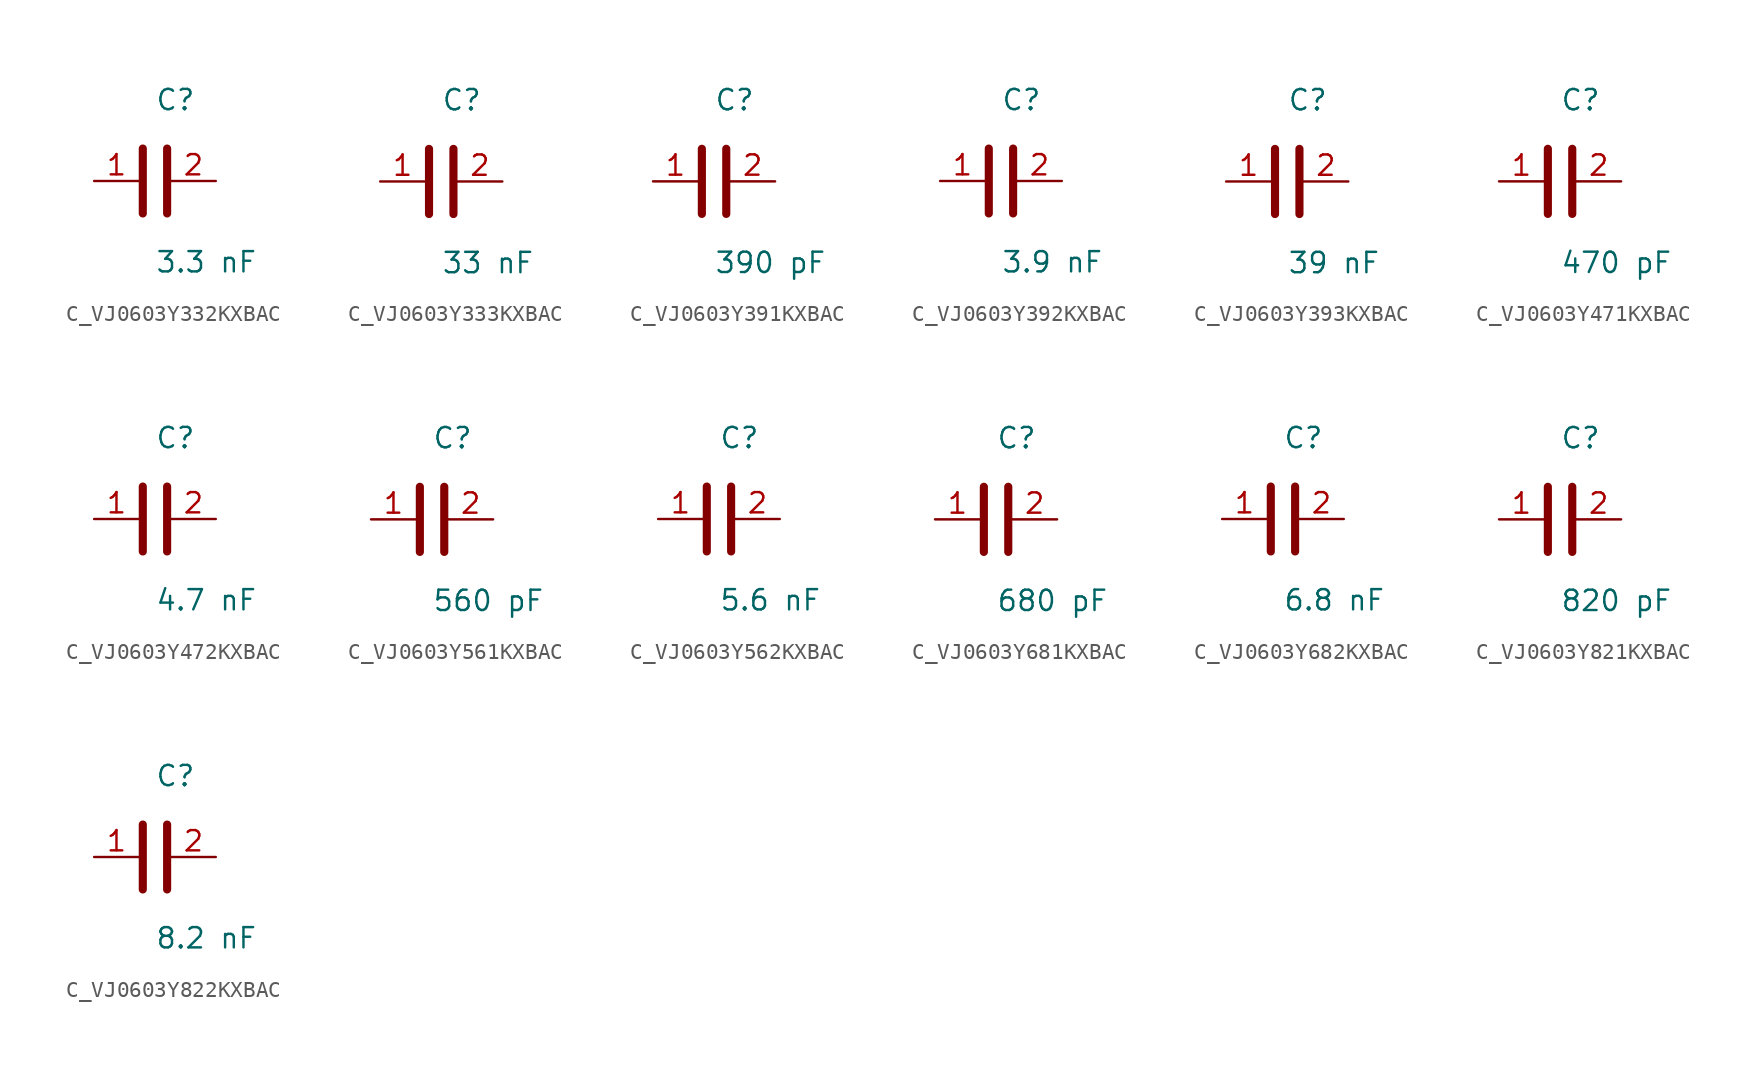
<source format=kicad_sym>
(kicad_symbol_lib
  (version 20231120)
  (generator kicad_symbol_editor)
  (generator_version 8.0)
  (symbol "C_VJ0603Y332KXBAC"
    (pin_names
      (offset 0.254))
    (property "Reference" "C"
      (at 0.0 5.08 0)
      (effects (font (size 1.27 1.27)) (justify left)))
    (property "Value" "3.3 nF"
      (at 0.0 -5.08 0)
      (effects (font (size 1.27 1.27)) (justify left)))
    (symbol "C_VJ0603Y332KXBAC_0_1"
      (polyline (pts (xy -0.762 -2.032) (xy -0.762 2.032)) (stroke (width 0.508) (type default)) (fill (type none)))
      (polyline (pts (xy 0.762 -2.032) (xy 0.762 2.032)) (stroke (width 0.508) (type default)) (fill (type none))))
    (pin unspecified line
      (at -3.81 0 0)
      (length 2.8)
      (name "" (effects (font (size 1.27 1.27))))
      (number "1" (effects (font (size 1.27 1.27)))))
    (pin unspecified line
      (at 3.81 0 180)
      (length 2.8)
      (name "" (effects (font (size 1.27 1.27))))
      (number "2" (effects (font (size 1.27 1.27))))))
  (symbol "C_VJ0603Y333KXBAC"
    (pin_names
      (offset 0.254))
    (property "Reference" "C"
      (at 0.0 5.08 0)
      (effects (font (size 1.27 1.27)) (justify left)))
    (property "Value" "33 nF"
      (at 0.0 -5.08 0)
      (effects (font (size 1.27 1.27)) (justify left)))
    (symbol "C_VJ0603Y333KXBAC_0_1"
      (polyline (pts (xy -0.762 -2.032) (xy -0.762 2.032)) (stroke (width 0.508) (type default)) (fill (type none)))
      (polyline (pts (xy 0.762 -2.032) (xy 0.762 2.032)) (stroke (width 0.508) (type default)) (fill (type none))))
    (pin unspecified line
      (at -3.81 0 0)
      (length 2.8)
      (name "" (effects (font (size 1.27 1.27))))
      (number "1" (effects (font (size 1.27 1.27)))))
    (pin unspecified line
      (at 3.81 0 180)
      (length 2.8)
      (name "" (effects (font (size 1.27 1.27))))
      (number "2" (effects (font (size 1.27 1.27))))))
  (symbol "C_VJ0603Y391KXBAC"
    (pin_names
      (offset 0.254))
    (property "Reference" "C"
      (at 0.0 5.08 0)
      (effects (font (size 1.27 1.27)) (justify left)))
    (property "Value" "390 pF"
      (at 0.0 -5.08 0)
      (effects (font (size 1.27 1.27)) (justify left)))
    (symbol "C_VJ0603Y391KXBAC_0_1"
      (polyline (pts (xy -0.762 -2.032) (xy -0.762 2.032)) (stroke (width 0.508) (type default)) (fill (type none)))
      (polyline (pts (xy 0.762 -2.032) (xy 0.762 2.032)) (stroke (width 0.508) (type default)) (fill (type none))))
    (pin unspecified line
      (at -3.81 0 0)
      (length 2.8)
      (name "" (effects (font (size 1.27 1.27))))
      (number "1" (effects (font (size 1.27 1.27)))))
    (pin unspecified line
      (at 3.81 0 180)
      (length 2.8)
      (name "" (effects (font (size 1.27 1.27))))
      (number "2" (effects (font (size 1.27 1.27))))))
  (symbol "C_VJ0603Y392KXBAC"
    (pin_names
      (offset 0.254))
    (property "Reference" "C"
      (at 0.0 5.08 0)
      (effects (font (size 1.27 1.27)) (justify left)))
    (property "Value" "3.9 nF"
      (at 0.0 -5.08 0)
      (effects (font (size 1.27 1.27)) (justify left)))
    (symbol "C_VJ0603Y392KXBAC_0_1"
      (polyline (pts (xy -0.762 -2.032) (xy -0.762 2.032)) (stroke (width 0.508) (type default)) (fill (type none)))
      (polyline (pts (xy 0.762 -2.032) (xy 0.762 2.032)) (stroke (width 0.508) (type default)) (fill (type none))))
    (pin unspecified line
      (at -3.81 0 0)
      (length 2.8)
      (name "" (effects (font (size 1.27 1.27))))
      (number "1" (effects (font (size 1.27 1.27)))))
    (pin unspecified line
      (at 3.81 0 180)
      (length 2.8)
      (name "" (effects (font (size 1.27 1.27))))
      (number "2" (effects (font (size 1.27 1.27))))))
  (symbol "C_VJ0603Y393KXBAC"
    (pin_names
      (offset 0.254))
    (property "Reference" "C"
      (at 0.0 5.08 0)
      (effects (font (size 1.27 1.27)) (justify left)))
    (property "Value" "39 nF"
      (at 0.0 -5.08 0)
      (effects (font (size 1.27 1.27)) (justify left)))
    (symbol "C_VJ0603Y393KXBAC_0_1"
      (polyline (pts (xy -0.762 -2.032) (xy -0.762 2.032)) (stroke (width 0.508) (type default)) (fill (type none)))
      (polyline (pts (xy 0.762 -2.032) (xy 0.762 2.032)) (stroke (width 0.508) (type default)) (fill (type none))))
    (pin unspecified line
      (at -3.81 0 0)
      (length 2.8)
      (name "" (effects (font (size 1.27 1.27))))
      (number "1" (effects (font (size 1.27 1.27)))))
    (pin unspecified line
      (at 3.81 0 180)
      (length 2.8)
      (name "" (effects (font (size 1.27 1.27))))
      (number "2" (effects (font (size 1.27 1.27))))))
  (symbol "C_VJ0603Y471KXBAC"
    (pin_names
      (offset 0.254))
    (property "Reference" "C"
      (at 0.0 5.08 0)
      (effects (font (size 1.27 1.27)) (justify left)))
    (property "Value" "470 pF"
      (at 0.0 -5.08 0)
      (effects (font (size 1.27 1.27)) (justify left)))
    (symbol "C_VJ0603Y471KXBAC_0_1"
      (polyline (pts (xy -0.762 -2.032) (xy -0.762 2.032)) (stroke (width 0.508) (type default)) (fill (type none)))
      (polyline (pts (xy 0.762 -2.032) (xy 0.762 2.032)) (stroke (width 0.508) (type default)) (fill (type none))))
    (pin unspecified line
      (at -3.81 0 0)
      (length 2.8)
      (name "" (effects (font (size 1.27 1.27))))
      (number "1" (effects (font (size 1.27 1.27)))))
    (pin unspecified line
      (at 3.81 0 180)
      (length 2.8)
      (name "" (effects (font (size 1.27 1.27))))
      (number "2" (effects (font (size 1.27 1.27))))))
  (symbol "C_VJ0603Y472KXBAC"
    (pin_names
      (offset 0.254))
    (property "Reference" "C"
      (at 0.0 5.08 0)
      (effects (font (size 1.27 1.27)) (justify left)))
    (property "Value" "4.7 nF"
      (at 0.0 -5.08 0)
      (effects (font (size 1.27 1.27)) (justify left)))
    (symbol "C_VJ0603Y472KXBAC_0_1"
      (polyline (pts (xy -0.762 -2.032) (xy -0.762 2.032)) (stroke (width 0.508) (type default)) (fill (type none)))
      (polyline (pts (xy 0.762 -2.032) (xy 0.762 2.032)) (stroke (width 0.508) (type default)) (fill (type none))))
    (pin unspecified line
      (at -3.81 0 0)
      (length 2.8)
      (name "" (effects (font (size 1.27 1.27))))
      (number "1" (effects (font (size 1.27 1.27)))))
    (pin unspecified line
      (at 3.81 0 180)
      (length 2.8)
      (name "" (effects (font (size 1.27 1.27))))
      (number "2" (effects (font (size 1.27 1.27))))))
  (symbol "C_VJ0603Y561KXBAC"
    (pin_names
      (offset 0.254))
    (property "Reference" "C"
      (at 0.0 5.08 0)
      (effects (font (size 1.27 1.27)) (justify left)))
    (property "Value" "560 pF"
      (at 0.0 -5.08 0)
      (effects (font (size 1.27 1.27)) (justify left)))
    (symbol "C_VJ0603Y561KXBAC_0_1"
      (polyline (pts (xy -0.762 -2.032) (xy -0.762 2.032)) (stroke (width 0.508) (type default)) (fill (type none)))
      (polyline (pts (xy 0.762 -2.032) (xy 0.762 2.032)) (stroke (width 0.508) (type default)) (fill (type none))))
    (pin unspecified line
      (at -3.81 0 0)
      (length 2.8)
      (name "" (effects (font (size 1.27 1.27))))
      (number "1" (effects (font (size 1.27 1.27)))))
    (pin unspecified line
      (at 3.81 0 180)
      (length 2.8)
      (name "" (effects (font (size 1.27 1.27))))
      (number "2" (effects (font (size 1.27 1.27))))))
  (symbol "C_VJ0603Y562KXBAC"
    (pin_names
      (offset 0.254))
    (property "Reference" "C"
      (at 0.0 5.08 0)
      (effects (font (size 1.27 1.27)) (justify left)))
    (property "Value" "5.6 nF"
      (at 0.0 -5.08 0)
      (effects (font (size 1.27 1.27)) (justify left)))
    (symbol "C_VJ0603Y562KXBAC_0_1"
      (polyline (pts (xy -0.762 -2.032) (xy -0.762 2.032)) (stroke (width 0.508) (type default)) (fill (type none)))
      (polyline (pts (xy 0.762 -2.032) (xy 0.762 2.032)) (stroke (width 0.508) (type default)) (fill (type none))))
    (pin unspecified line
      (at -3.81 0 0)
      (length 2.8)
      (name "" (effects (font (size 1.27 1.27))))
      (number "1" (effects (font (size 1.27 1.27)))))
    (pin unspecified line
      (at 3.81 0 180)
      (length 2.8)
      (name "" (effects (font (size 1.27 1.27))))
      (number "2" (effects (font (size 1.27 1.27))))))
  (symbol "C_VJ0603Y681KXBAC"
    (pin_names
      (offset 0.254))
    (property "Reference" "C"
      (at 0.0 5.08 0)
      (effects (font (size 1.27 1.27)) (justify left)))
    (property "Value" "680 pF"
      (at 0.0 -5.08 0)
      (effects (font (size 1.27 1.27)) (justify left)))
    (symbol "C_VJ0603Y681KXBAC_0_1"
      (polyline (pts (xy -0.762 -2.032) (xy -0.762 2.032)) (stroke (width 0.508) (type default)) (fill (type none)))
      (polyline (pts (xy 0.762 -2.032) (xy 0.762 2.032)) (stroke (width 0.508) (type default)) (fill (type none))))
    (pin unspecified line
      (at -3.81 0 0)
      (length 2.8)
      (name "" (effects (font (size 1.27 1.27))))
      (number "1" (effects (font (size 1.27 1.27)))))
    (pin unspecified line
      (at 3.81 0 180)
      (length 2.8)
      (name "" (effects (font (size 1.27 1.27))))
      (number "2" (effects (font (size 1.27 1.27))))))
  (symbol "C_VJ0603Y682KXBAC"
    (pin_names
      (offset 0.254))
    (property "Reference" "C"
      (at 0.0 5.08 0)
      (effects (font (size 1.27 1.27)) (justify left)))
    (property "Value" "6.8 nF"
      (at 0.0 -5.08 0)
      (effects (font (size 1.27 1.27)) (justify left)))
    (symbol "C_VJ0603Y682KXBAC_0_1"
      (polyline (pts (xy -0.762 -2.032) (xy -0.762 2.032)) (stroke (width 0.508) (type default)) (fill (type none)))
      (polyline (pts (xy 0.762 -2.032) (xy 0.762 2.032)) (stroke (width 0.508) (type default)) (fill (type none))))
    (pin unspecified line
      (at -3.81 0 0)
      (length 2.8)
      (name "" (effects (font (size 1.27 1.27))))
      (number "1" (effects (font (size 1.27 1.27)))))
    (pin unspecified line
      (at 3.81 0 180)
      (length 2.8)
      (name "" (effects (font (size 1.27 1.27))))
      (number "2" (effects (font (size 1.27 1.27))))))
  (symbol "C_VJ0603Y821KXBAC"
    (pin_names
      (offset 0.254))
    (property "Reference" "C"
      (at 0.0 5.08 0)
      (effects (font (size 1.27 1.27)) (justify left)))
    (property "Value" "820 pF"
      (at 0.0 -5.08 0)
      (effects (font (size 1.27 1.27)) (justify left)))
    (symbol "C_VJ0603Y821KXBAC_0_1"
      (polyline (pts (xy -0.762 -2.032) (xy -0.762 2.032)) (stroke (width 0.508) (type default)) (fill (type none)))
      (polyline (pts (xy 0.762 -2.032) (xy 0.762 2.032)) (stroke (width 0.508) (type default)) (fill (type none))))
    (pin unspecified line
      (at -3.81 0 0)
      (length 2.8)
      (name "" (effects (font (size 1.27 1.27))))
      (number "1" (effects (font (size 1.27 1.27)))))
    (pin unspecified line
      (at 3.81 0 180)
      (length 2.8)
      (name "" (effects (font (size 1.27 1.27))))
      (number "2" (effects (font (size 1.27 1.27))))))
  (symbol "C_VJ0603Y822KXBAC"
    (pin_names
      (offset 0.254))
    (property "Reference" "C"
      (at 0.0 5.08 0)
      (effects (font (size 1.27 1.27)) (justify left)))
    (property "Value" "8.2 nF"
      (at 0.0 -5.08 0)
      (effects (font (size 1.27 1.27)) (justify left)))
    (symbol "C_VJ0603Y822KXBAC_0_1"
      (polyline (pts (xy -0.762 -2.032) (xy -0.762 2.032)) (stroke (width 0.508) (type default)) (fill (type none)))
      (polyline (pts (xy 0.762 -2.032) (xy 0.762 2.032)) (stroke (width 0.508) (type default)) (fill (type none))))
    (pin unspecified line
      (at -3.81 0 0)
      (length 2.8)
      (name "" (effects (font (size 1.27 1.27))))
      (number "1" (effects (font (size 1.27 1.27)))))
    (pin unspecified line
      (at 3.81 0 180)
      (length 2.8)
      (name "" (effects (font (size 1.27 1.27))))
      (number "2" (effects (font (size 1.27 1.27)))))))
</source>
